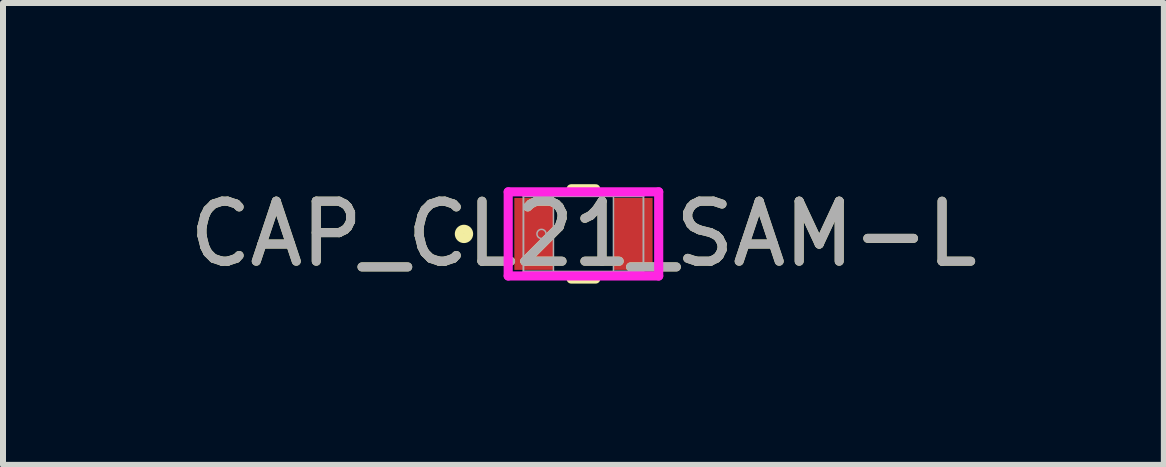
<source format=kicad_pcb>
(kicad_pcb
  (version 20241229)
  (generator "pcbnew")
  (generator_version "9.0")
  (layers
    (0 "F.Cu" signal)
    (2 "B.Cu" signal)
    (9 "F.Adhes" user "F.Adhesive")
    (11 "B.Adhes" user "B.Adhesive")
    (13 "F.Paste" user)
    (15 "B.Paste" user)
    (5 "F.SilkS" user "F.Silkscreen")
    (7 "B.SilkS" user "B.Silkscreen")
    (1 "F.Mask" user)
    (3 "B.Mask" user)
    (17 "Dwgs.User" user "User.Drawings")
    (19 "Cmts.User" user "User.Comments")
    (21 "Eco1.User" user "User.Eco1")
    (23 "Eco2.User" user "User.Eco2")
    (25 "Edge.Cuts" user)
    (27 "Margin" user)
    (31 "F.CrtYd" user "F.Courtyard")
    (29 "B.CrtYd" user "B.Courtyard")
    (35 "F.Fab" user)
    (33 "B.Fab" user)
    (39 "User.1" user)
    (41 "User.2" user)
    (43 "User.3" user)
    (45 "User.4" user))
  (footprint "CAP_CL21_SAM-L"
    (layer "F.Cu")
    (at 6.673 0.848)
    (property "Reference" "CAP_CL21_SAM-L" (at 0 0 0) (unlocked yes) (layer "F.SilkS") (effects (font (size 1 1) (thickness 0.15))))
    (attr smd)
    (fp_line (start -0.204 0.752) (end 0.204 0.752) (stroke (width 0.152) (type solid)) (layer "F.SilkS"))
    (fp_line (start 0.204 -0.752) (end -0.204 -0.752) (stroke (width 0.152) (type solid)) (layer "F.SilkS"))
    (fp_circle (center -1.991 0) (end -1.914 0) (stroke (width 0.152) (type solid)) (fill no) (layer "F.SilkS"))
    (fp_line (start -1.254 -0.701) (end 1.254 -0.701) (stroke (width 0.152) (type solid)) (layer "F.CrtYd"))
    (fp_line (start -1.254 0.701) (end -1.254 -0.701) (stroke (width 0.152) (type solid)) (layer "F.CrtYd"))
    (fp_line (start 1.254 -0.701) (end 1.254 0.701) (stroke (width 0.152) (type solid)) (layer "F.CrtYd"))
    (fp_line (start 1.254 0.701) (end -1.254 0.701) (stroke (width 0.152) (type solid)) (layer "F.CrtYd"))
    (fp_line (start -1 -0.625) (end -1 0.625) (stroke (width 0.025) (type solid)) (layer "F.Fab"))
    (fp_line (start -1 -0.625) (end -1 0.625) (stroke (width 0.025) (type solid)) (layer "F.Fab"))
    (fp_line (start -1 0.625) (end -0.5 0.625) (stroke (width 0.025) (type solid)) (layer "F.Fab"))
    (fp_line (start -1 0.625) (end 1 0.625) (stroke (width 0.025) (type solid)) (layer "F.Fab"))
    (fp_line (start -0.5 -0.625) (end -1 -0.625) (stroke (width 0.025) (type solid)) (layer "F.Fab"))
    (fp_line (start -0.5 0.625) (end -0.5 -0.625) (stroke (width 0.025) (type solid)) (layer "F.Fab"))
    (fp_line (start 0.5 -0.625) (end 0.5 0.625) (stroke (width 0.025) (type solid)) (layer "F.Fab"))
    (fp_line (start 0.5 0.625) (end 1 0.625) (stroke (width 0.025) (type solid)) (layer "F.Fab"))
    (fp_line (start 1 -0.625) (end -1 -0.625) (stroke (width 0.025) (type solid)) (layer "F.Fab"))
    (fp_line (start 1 -0.625) (end 0.5 -0.625) (stroke (width 0.025) (type solid)) (layer "F.Fab"))
    (fp_line (start 1 0.625) (end 1 -0.625) (stroke (width 0.025) (type solid)) (layer "F.Fab"))
    (fp_line (start 1 0.625) (end 1 -0.625) (stroke (width 0.025) (type solid)) (layer "F.Fab"))
    (fp_circle (center -0.699 0) (end -0.623 0) (stroke (width 0.025) (type solid)) (fill no) (layer "F.Fab"))
    (fp_text user "${REFERENCE}" (at 0 0 0) (unlocked yes) (layer "F.Fab") (effects (font (size 1 1) (thickness 0.15))))
    (pad "1" smd rect (at -0.826 0) (size 0.652 1.199) (layers "F.Cu" "F.Mask" "F.Paste"))
    (pad "2" smd rect (at 0.826 0) (size 0.652 1.199) (layers "F.Cu" "F.Mask" "F.Paste"))
    (zone (net_name "") (layer "F.Cu") (hatch full 0.508) (connect_pads) (min_thickness 0.254) (filled_areas_thickness no) (keepout (tracks not_allowed) (vias not_allowed) (pads allowed) (copperpour not_allowed) (footprints allowed)) (placement (enabled no)) (fill) (polygon (pts (xy 6.223 0.274) (xy 7.122 0.274) (xy 7.122 1.422) (xy 6.223 1.422)))))
  (gr_rect
    (start -3 -3)
    (end 16.345 4.697)
    (stroke (width 0.1) (type default))
    (fill no)
    (layer "Edge.Cuts")))
</source>
